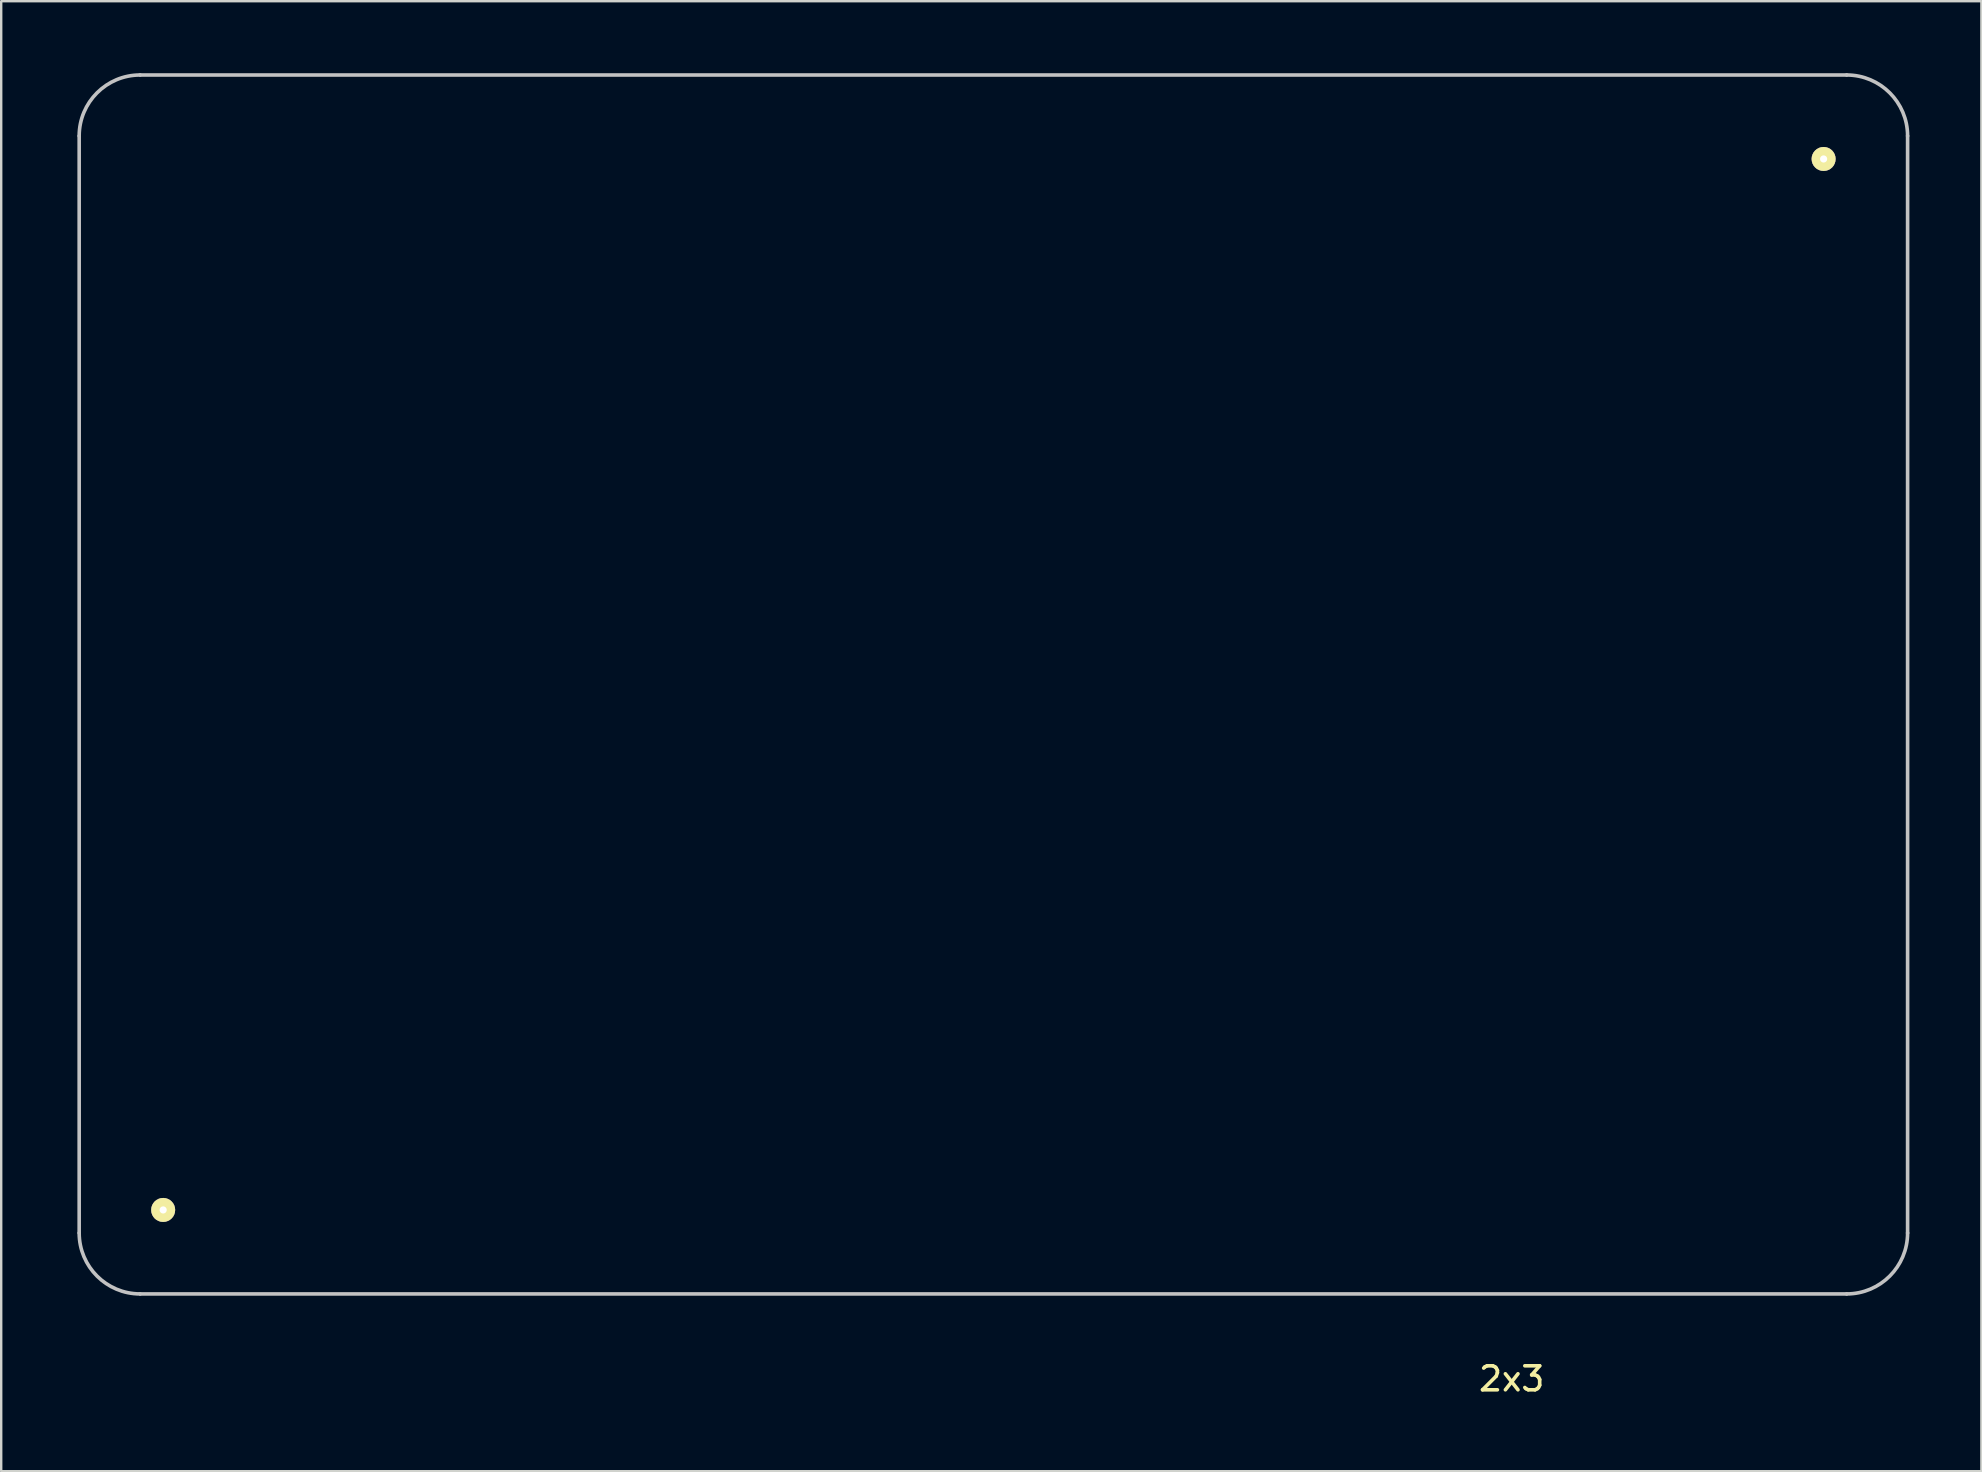
<source format=kicad_pcb>
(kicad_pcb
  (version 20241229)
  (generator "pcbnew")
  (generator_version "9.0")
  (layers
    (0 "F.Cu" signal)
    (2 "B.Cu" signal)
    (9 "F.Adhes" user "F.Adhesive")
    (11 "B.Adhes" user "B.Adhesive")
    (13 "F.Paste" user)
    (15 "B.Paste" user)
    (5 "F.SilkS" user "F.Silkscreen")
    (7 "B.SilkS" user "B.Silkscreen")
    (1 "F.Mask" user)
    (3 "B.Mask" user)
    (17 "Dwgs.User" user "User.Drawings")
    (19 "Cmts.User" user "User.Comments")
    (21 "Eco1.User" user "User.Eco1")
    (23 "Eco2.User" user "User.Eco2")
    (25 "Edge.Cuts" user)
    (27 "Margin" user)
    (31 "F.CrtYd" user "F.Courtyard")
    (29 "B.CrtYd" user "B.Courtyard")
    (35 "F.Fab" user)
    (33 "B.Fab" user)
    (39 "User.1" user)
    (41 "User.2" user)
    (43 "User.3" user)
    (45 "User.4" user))
  (footprint "2x3"
    (layer "F.Cu")
    (at 0.25 50.875)
    (property "Reference" "2x3" (at 59.7 3.54 180) (layer "F.SilkS") (effects (font (size 1 1) (thickness 0.15))))
    (attr through_hole)
    (fp_line (start 0 -2.54) (end 0 -48.26) (stroke (width 0.15) (type solid)) (layer "Dwgs.User"))
    (fp_line (start 2.54 -50.8) (end 73.66 -50.8) (stroke (width 0.15) (type solid)) (layer "Dwgs.User"))
    (fp_line (start 2.54 0) (end 73.66 0) (stroke (width 0.15) (type solid)) (layer "Dwgs.User"))
    (fp_line (start 76.2 -2.54) (end 76.2 -48.26) (stroke (width 0.15) (type solid)) (layer "Dwgs.User"))
    (fp_arc (start 0 -48.26) (mid 0.743949 -50.056051) (end 2.54 -50.8) (stroke (width 0.15) (type solid)) (layer "Dwgs.User"))
    (fp_arc (start 2.54 0) (mid 0.743949 -0.743949) (end 0 -2.54) (stroke (width 0.15) (type solid)) (layer "Dwgs.User"))
    (fp_arc (start 73.66 -50.8) (mid 75.456051 -50.056051) (end 76.2 -48.26) (stroke (width 0.15) (type solid)) (layer "Dwgs.User"))
    (fp_arc (start 76.2 -2.54) (mid 75.456051 -0.743949) (end 73.66 0) (stroke (width 0.15) (type solid)) (layer "Dwgs.User"))
    (pad "~" thru_hole circle (at 3.5 -3.5) (size 1 1) (drill 0.3) (layers "*.Cu" "*.Mask" "F.SilkS" "Eco1.User"))
    (pad "~" thru_hole circle (at 72.7 -47.3) (size 1 1) (drill 0.3) (layers "*.Cu" "*.Mask" "F.SilkS" "Eco1.User")))
  (gr_rect
    (start -3 -3)
    (end 79.525 58.263)
    (stroke (width 0.1) (type default))
    (fill no)
    (layer "Edge.Cuts")))
</source>
